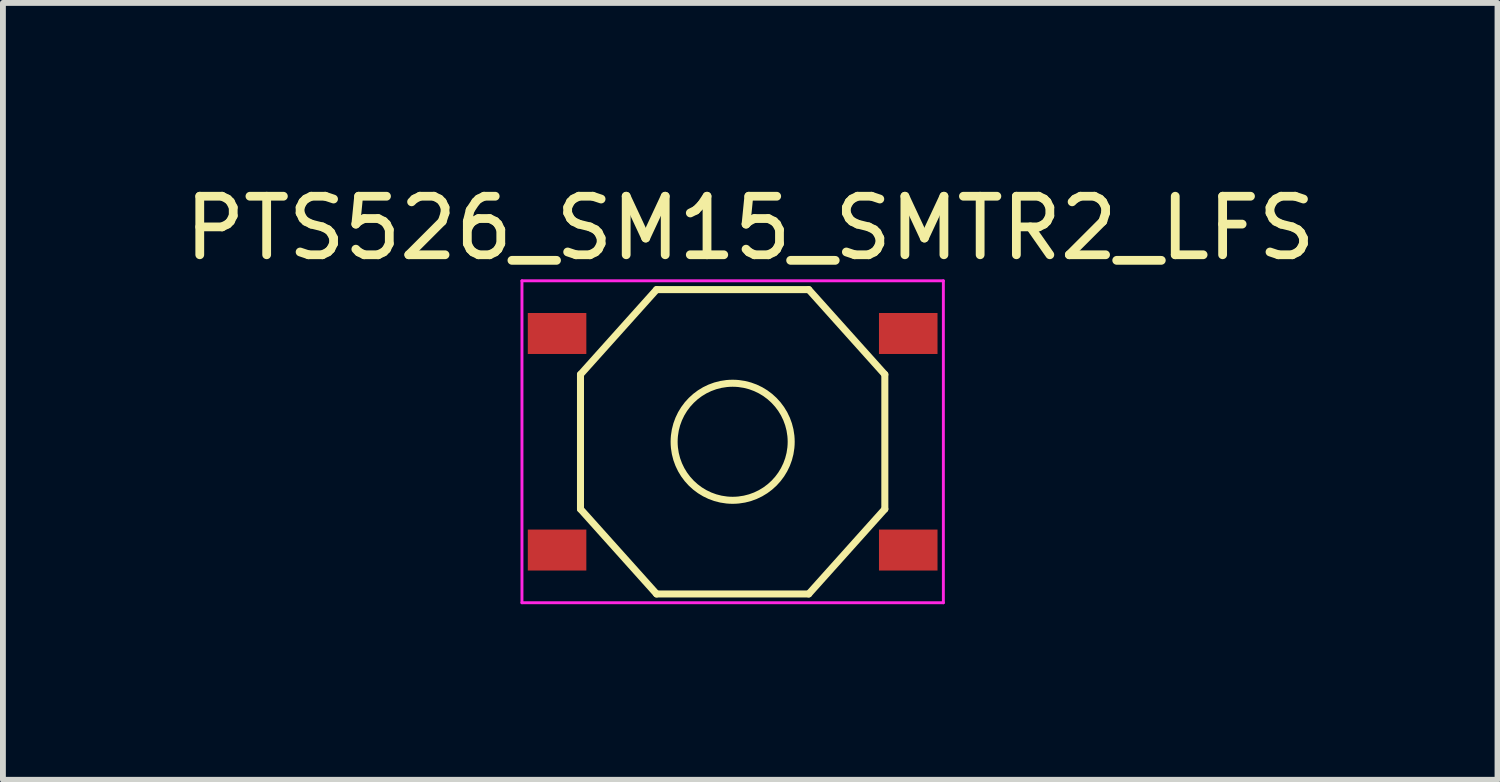
<source format=kicad_pcb>
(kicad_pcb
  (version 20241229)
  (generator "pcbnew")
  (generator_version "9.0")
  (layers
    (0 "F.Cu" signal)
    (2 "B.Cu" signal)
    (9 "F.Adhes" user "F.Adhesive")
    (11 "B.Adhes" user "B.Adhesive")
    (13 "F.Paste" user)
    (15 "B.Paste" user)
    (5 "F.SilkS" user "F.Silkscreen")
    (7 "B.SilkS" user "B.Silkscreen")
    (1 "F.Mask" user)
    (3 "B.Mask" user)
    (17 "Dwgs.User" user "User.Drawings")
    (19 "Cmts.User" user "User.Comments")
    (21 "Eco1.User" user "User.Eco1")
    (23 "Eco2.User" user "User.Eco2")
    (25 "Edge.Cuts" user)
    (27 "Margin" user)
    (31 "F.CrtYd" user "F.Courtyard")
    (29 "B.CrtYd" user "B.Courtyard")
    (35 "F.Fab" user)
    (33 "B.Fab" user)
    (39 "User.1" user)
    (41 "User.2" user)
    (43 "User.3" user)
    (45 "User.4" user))
  (footprint "PTS526_SM15_SMTR2_LFS"
    (layer "F.Cu")
    (at 6.468 2.648)
    (property "Reference" "PTS526_SM15_SMTR2_LFS" (at 3.3 -1.8 0) (layer "F.SilkS") (effects (font (size 1 1) (thickness 0.15))))
    (attr through_hole)
    (fp_line (start 0.4 3) (end 0.4 0.7) (stroke (width 0.12) (type solid)) (layer "F.SilkS"))
    (fp_line (start 1.7 -0.75) (end 0.4 0.7) (stroke (width 0.12) (type solid)) (layer "F.SilkS"))
    (fp_line (start 1.7 4.45) (end 0.4 3) (stroke (width 0.12) (type solid)) (layer "F.SilkS"))
    (fp_line (start 4.3 -0.75) (end 1.7 -0.75) (stroke (width 0.12) (type solid)) (layer "F.SilkS"))
    (fp_line (start 4.3 4.45) (end 1.7 4.45) (stroke (width 0.12) (type solid)) (layer "F.SilkS"))
    (fp_line (start 5.6 0.7) (end 4.3 -0.75) (stroke (width 0.12) (type solid)) (layer "F.SilkS"))
    (fp_line (start 5.6 3) (end 4.3 4.45) (stroke (width 0.12) (type solid)) (layer "F.SilkS"))
    (fp_line (start 5.6 3) (end 5.6 0.7) (stroke (width 0.12) (type solid)) (layer "F.SilkS"))
    (fp_circle (center 3 1.85) (end 4 1.85) (stroke (width 0.12) (type solid)) (fill no) (layer "F.SilkS"))
    (fp_line (start -0.6 -0.9) (end -0.6 4.6) (stroke (width 0.05) (type solid)) (layer "F.CrtYd"))
    (fp_line (start 6.6 -0.9) (end -0.6 -0.9) (stroke (width 0.05) (type solid)) (layer "F.CrtYd"))
    (fp_line (start 6.6 -0.9) (end 6.6 4.6) (stroke (width 0.05) (type solid)) (layer "F.CrtYd"))
    (fp_line (start 6.6 4.6) (end -0.6 4.6) (stroke (width 0.05) (type solid)) (layer "F.CrtYd"))
    (pad "1" smd rect (at 0 0) (size 1 0.7) (layers "F.Cu" "F.Mask" "F.Paste"))
    (pad "2" smd rect (at 6 0) (size 1 0.7) (layers "F.Cu" "F.Mask" "F.Paste"))
    (pad "3" smd rect (at 0 3.7) (size 1 0.7) (layers "F.Cu" "F.Mask" "F.Paste"))
    (pad "4" smd rect (at 6 3.7) (size 1 0.7) (layers "F.Cu" "F.Mask" "F.Paste")))
  (gr_rect
    (start -3 -3)
    (end 22.536 10.273)
    (stroke (width 0.1) (type default))
    (fill no)
    (layer "Edge.Cuts")))
</source>
